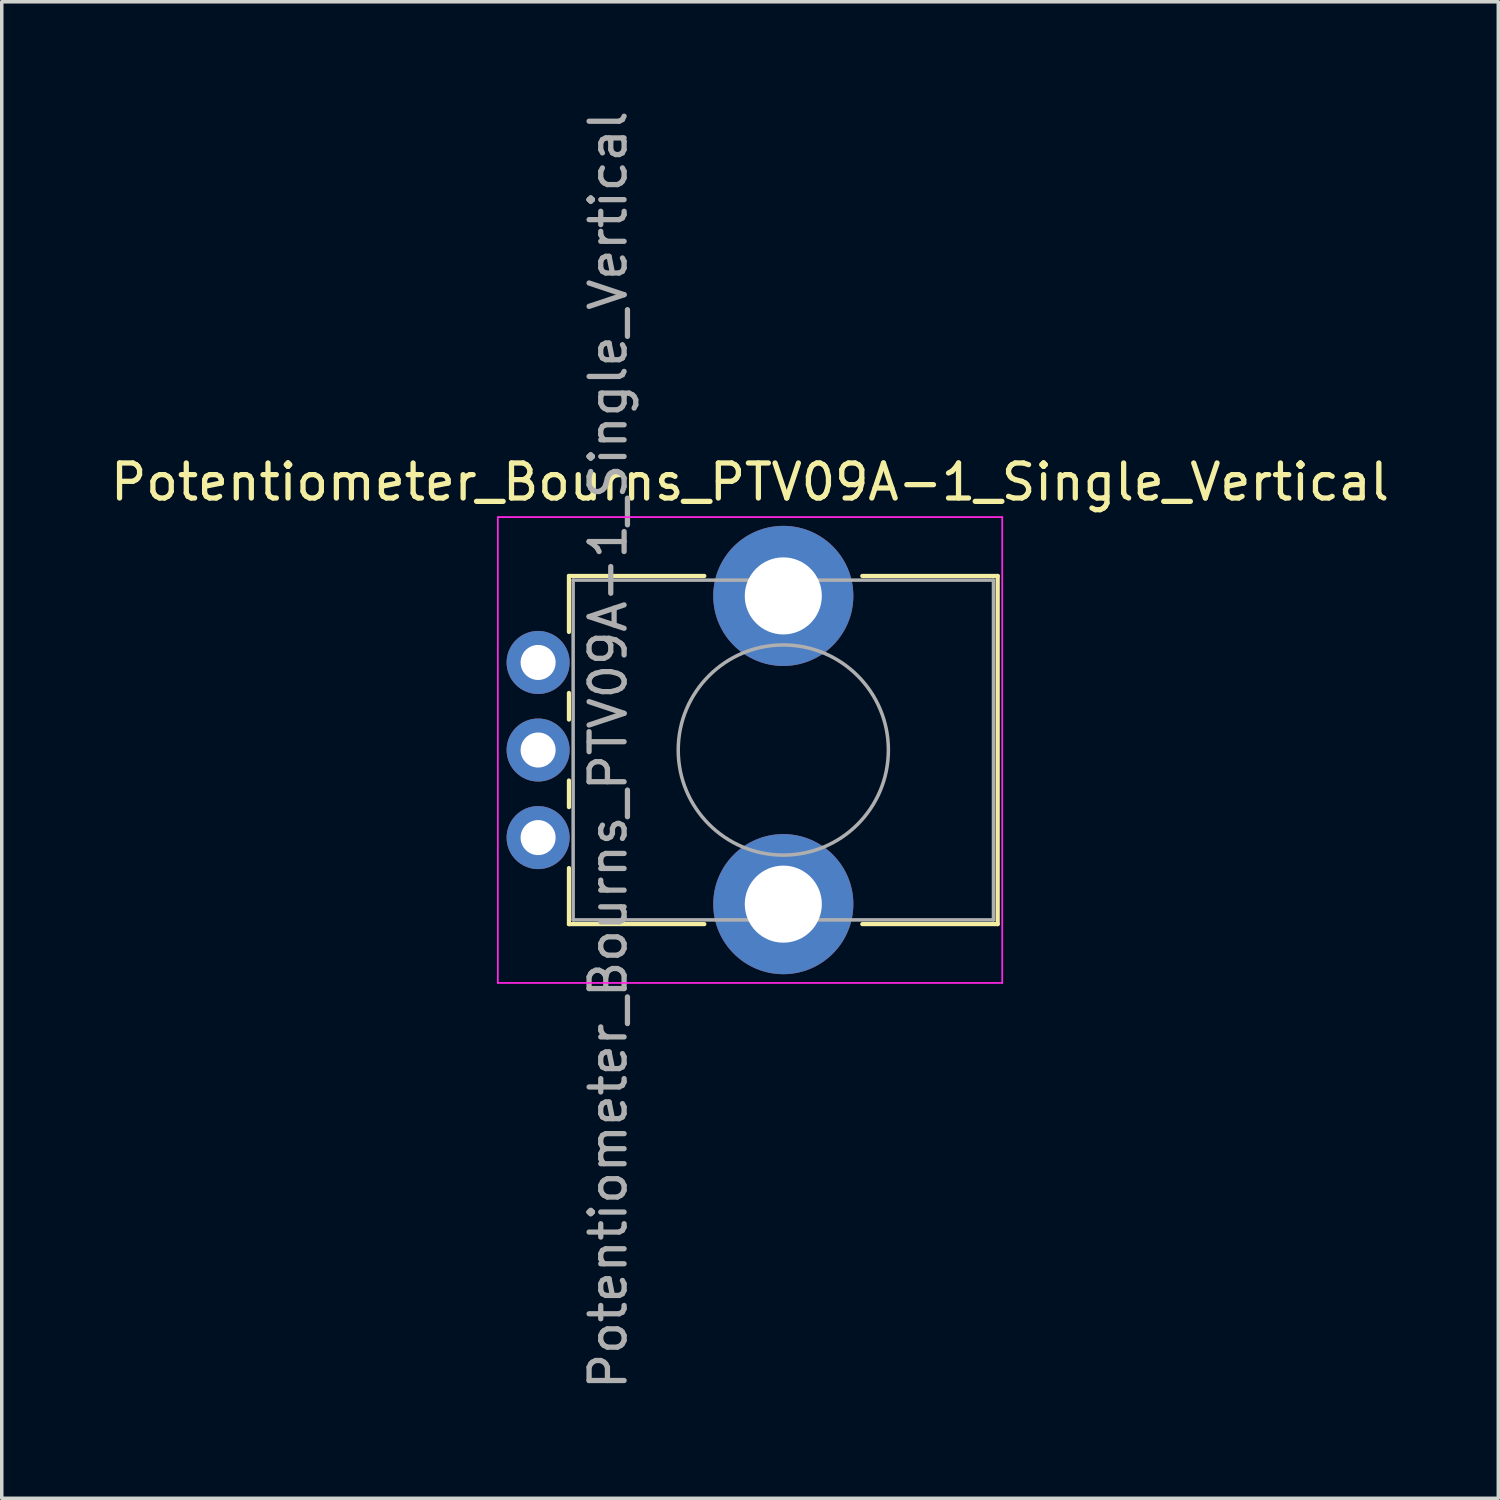
<source format=kicad_pcb>
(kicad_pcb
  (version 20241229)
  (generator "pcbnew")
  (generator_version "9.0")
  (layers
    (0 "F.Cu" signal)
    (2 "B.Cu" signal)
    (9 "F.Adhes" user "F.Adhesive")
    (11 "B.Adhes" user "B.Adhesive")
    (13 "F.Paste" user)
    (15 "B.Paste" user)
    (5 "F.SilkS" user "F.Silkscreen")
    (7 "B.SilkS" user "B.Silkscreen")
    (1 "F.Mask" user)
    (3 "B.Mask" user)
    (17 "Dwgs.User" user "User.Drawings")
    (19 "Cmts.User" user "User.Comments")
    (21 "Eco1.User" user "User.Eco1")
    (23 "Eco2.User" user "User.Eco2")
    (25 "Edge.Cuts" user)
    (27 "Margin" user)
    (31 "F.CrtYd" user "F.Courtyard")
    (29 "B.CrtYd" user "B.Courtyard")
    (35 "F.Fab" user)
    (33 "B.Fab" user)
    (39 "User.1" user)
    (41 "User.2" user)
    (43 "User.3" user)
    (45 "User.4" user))
  (footprint "Potentiometer_Bourns_PTV09A-1_Single_Vertical"
    (layer "F.Cu")
    (at 12.313 20.863)
    (property "Reference" "Potentiometer_Bourns_PTV09A-1_Single_Vertical" (at 6.05 -10.15 0) (layer "F.SilkS") (effects (font (size 1 1) (thickness 0.15))))
    (attr through_hole)
    (fp_line (start 0.88 -7.47) (end 0.88 -5.871) (stroke (width 0.12) (type solid)) (layer "F.SilkS"))
    (fp_line (start 0.88 -7.47) (end 4.745 -7.47) (stroke (width 0.12) (type solid)) (layer "F.SilkS"))
    (fp_line (start 0.88 -4.129) (end 0.88 -3.37) (stroke (width 0.12) (type solid)) (layer "F.SilkS"))
    (fp_line (start 0.88 -1.629) (end 0.88 -0.87) (stroke (width 0.12) (type solid)) (layer "F.SilkS"))
    (fp_line (start 0.88 0.87) (end 0.88 2.47) (stroke (width 0.12) (type solid)) (layer "F.SilkS"))
    (fp_line (start 0.88 2.47) (end 4.745 2.47) (stroke (width 0.12) (type solid)) (layer "F.SilkS"))
    (fp_line (start 9.255 -7.47) (end 13.12 -7.47) (stroke (width 0.12) (type solid)) (layer "F.SilkS"))
    (fp_line (start 9.255 2.47) (end 13.12 2.47) (stroke (width 0.12) (type solid)) (layer "F.SilkS"))
    (fp_line (start 13.12 -7.47) (end 13.12 2.47) (stroke (width 0.12) (type solid)) (layer "F.SilkS"))
    (fp_line (start -1.15 -9.15) (end -1.15 4.15) (stroke (width 0.05) (type solid)) (layer "F.CrtYd"))
    (fp_line (start -1.15 4.15) (end 13.25 4.15) (stroke (width 0.05) (type solid)) (layer "F.CrtYd"))
    (fp_line (start 13.25 -9.15) (end -1.15 -9.15) (stroke (width 0.05) (type solid)) (layer "F.CrtYd"))
    (fp_line (start 13.25 4.15) (end 13.25 -9.15) (stroke (width 0.05) (type solid)) (layer "F.CrtYd"))
    (fp_line (start 1 -7.35) (end 1 2.35) (stroke (width 0.1) (type solid)) (layer "F.Fab"))
    (fp_line (start 1 2.35) (end 13 2.35) (stroke (width 0.1) (type solid)) (layer "F.Fab"))
    (fp_line (start 13 -7.35) (end 1 -7.35) (stroke (width 0.1) (type solid)) (layer "F.Fab"))
    (fp_line (start 13 2.35) (end 13 -7.35) (stroke (width 0.1) (type solid)) (layer "F.Fab"))
    (fp_circle (center 7 -2.5) (end 10 -2.5) (stroke (width 0.1) (type solid)) (fill no) (layer "F.Fab"))
    (fp_text user "${REFERENCE}" (at 2 -2.5 90) (layer "F.Fab") (effects (font (size 1 1) (thickness 0.15))))
    (pad "" np_thru_hole circle (at 7 -6.9) (size 4 4) (drill 2.2) (layers "*.Cu" "*.Mask"))
    (pad "" np_thru_hole circle (at 7 1.9) (size 4 4) (drill 2.2) (layers "*.Cu" "*.Mask"))
    (pad "1" thru_hole circle (at 0 0) (size 1.8 1.8) (drill 1) (layers "*.Cu" "*.Mask"))
    (pad "2" thru_hole circle (at 0 -2.5) (size 1.8 1.8) (drill 1) (layers "*.Cu" "*.Mask"))
    (pad "3" thru_hole circle (at 0 -5) (size 1.8 1.8) (drill 1) (layers "*.Cu" "*.Mask")))
  (gr_rect
    (start -3 -3)
    (end 39.726 39.726)
    (stroke (width 0.1) (type default))
    (fill no)
    (layer "Edge.Cuts")))
</source>
